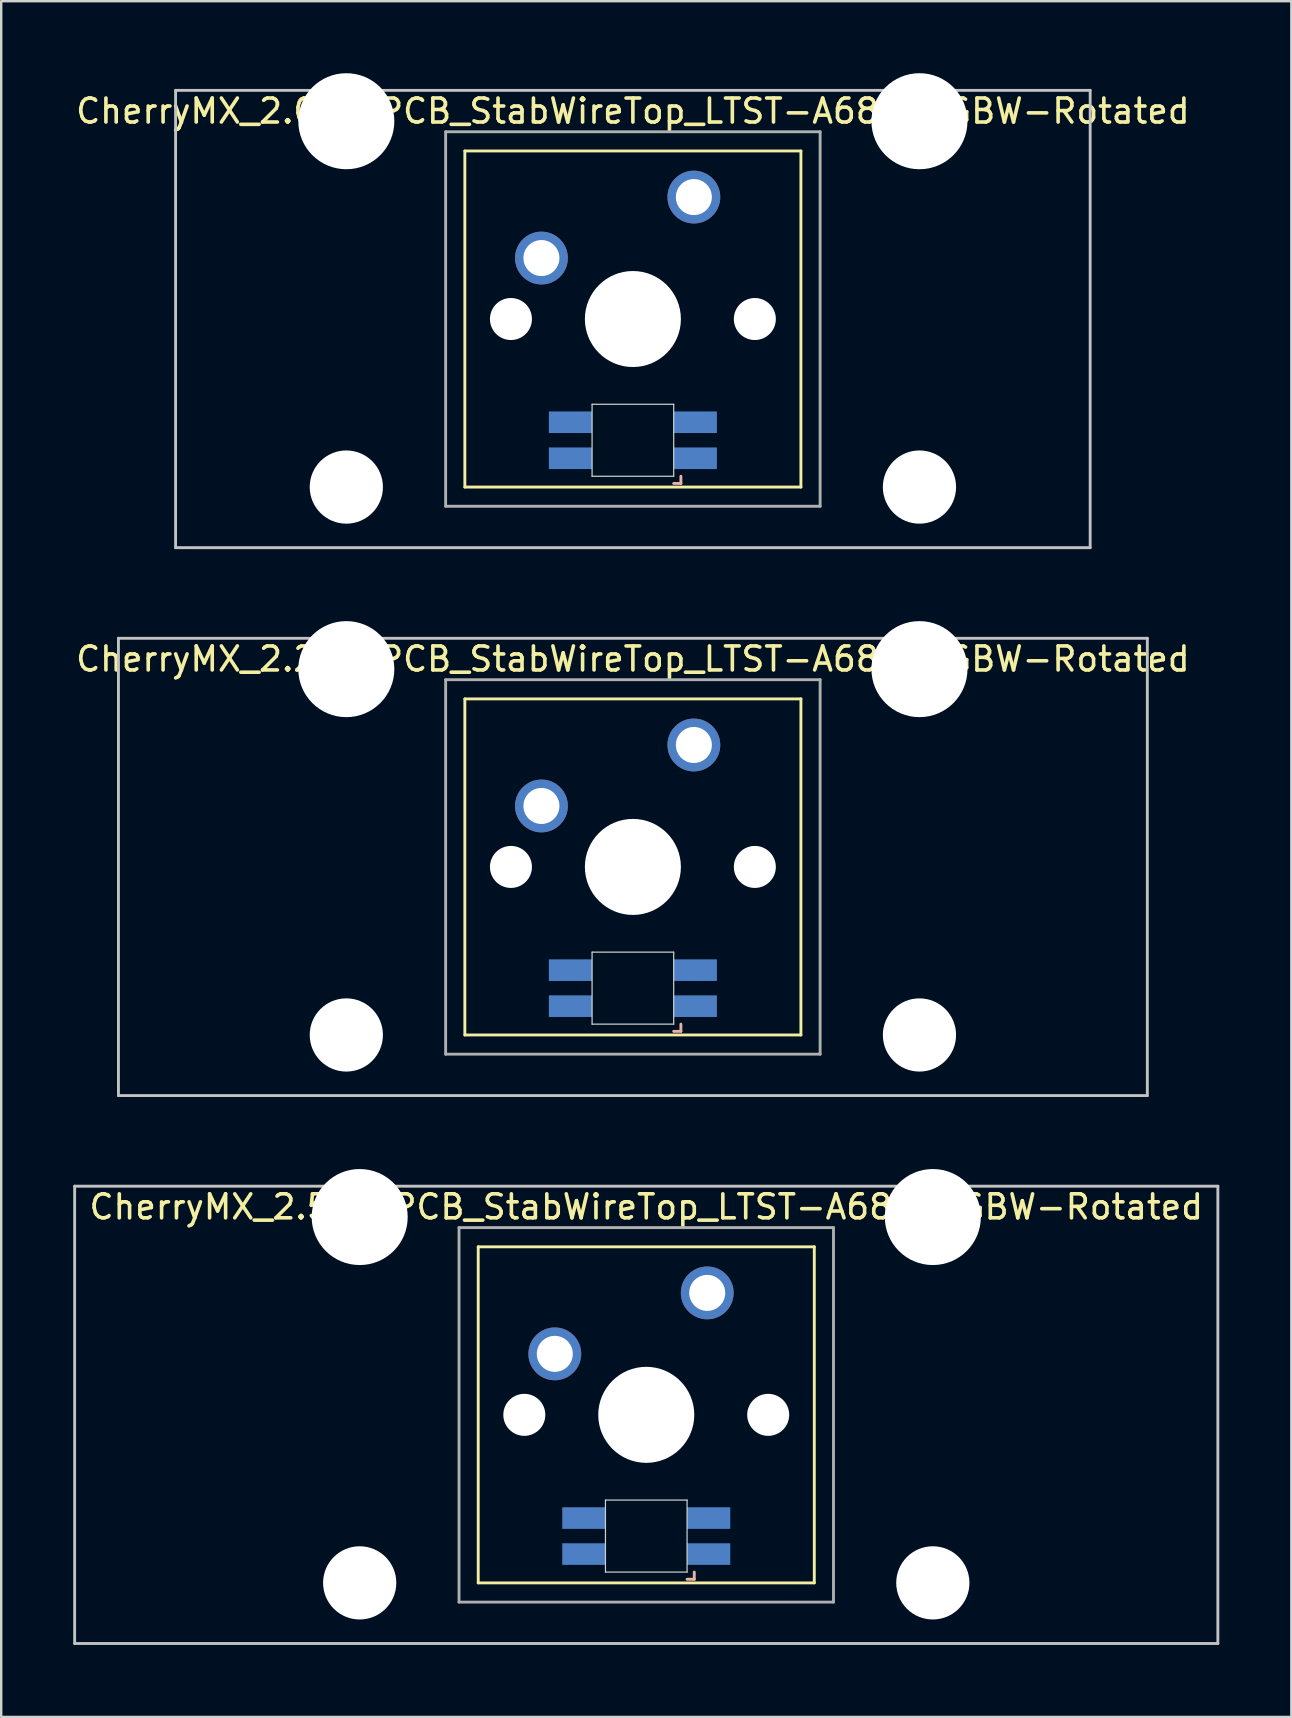
<source format=kicad_pcb>
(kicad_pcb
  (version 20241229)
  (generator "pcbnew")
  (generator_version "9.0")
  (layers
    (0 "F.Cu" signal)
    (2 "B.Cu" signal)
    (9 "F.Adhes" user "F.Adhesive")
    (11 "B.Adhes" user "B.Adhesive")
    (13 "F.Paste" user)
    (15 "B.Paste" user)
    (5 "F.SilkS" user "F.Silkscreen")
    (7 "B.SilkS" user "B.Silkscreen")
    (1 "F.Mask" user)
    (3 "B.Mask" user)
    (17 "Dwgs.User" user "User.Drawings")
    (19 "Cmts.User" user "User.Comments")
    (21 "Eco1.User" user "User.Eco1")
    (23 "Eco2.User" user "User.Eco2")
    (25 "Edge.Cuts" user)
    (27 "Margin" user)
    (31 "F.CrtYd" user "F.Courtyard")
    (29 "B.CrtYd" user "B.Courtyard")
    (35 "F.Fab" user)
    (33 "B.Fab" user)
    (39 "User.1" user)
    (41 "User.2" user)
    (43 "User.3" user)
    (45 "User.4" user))
  (footprint "CherryMX_2.00u_PCB_StabWireTop_LTST-A683CEGBW-Rotated"
    (layer "F.Cu")
    (at 23.315 10.24)
    (property "Reference" "CherryMX_2.00u_PCB_StabWireTop_LTST-A683CEGBW-Rotated" (at 0 -8.662 0) (layer "F.SilkS") (effects (font (size 1 1) (thickness 0.15))))
    (attr through_hole)
    (fp_line (start -7 -7) (end -7 7) (stroke (width 0.12) (type solid)) (layer "F.SilkS"))
    (fp_line (start -7 -7) (end 7 -7) (stroke (width 0.12) (type solid)) (layer "F.SilkS"))
    (fp_line (start 7 -7) (end 7 7) (stroke (width 0.12) (type solid)) (layer "F.SilkS"))
    (fp_line (start 7 7) (end -7 7) (stroke (width 0.12) (type solid)) (layer "F.SilkS"))
    (fp_line (start 1.7 6.85) (end 2 6.85) (stroke (width 0.12) (type solid)) (layer "B.SilkS"))
    (fp_line (start 2 6.85) (end 2 6.55) (stroke (width 0.12) (type solid)) (layer "B.SilkS"))
    (fp_line (start -19.05 -9.525) (end 19.05 -9.525) (stroke (width 0.12) (type solid)) (layer "Dwgs.User"))
    (fp_line (start -19.05 9.525) (end -19.05 -9.525) (stroke (width 0.12) (type solid)) (layer "Dwgs.User"))
    (fp_line (start 19.05 -9.525) (end 19.05 9.525) (stroke (width 0.12) (type solid)) (layer "Dwgs.User"))
    (fp_line (start 19.05 9.525) (end -19.05 9.525) (stroke (width 0.12) (type solid)) (layer "Dwgs.User"))
    (fp_line (start -1.7 3.55) (end 1.7 3.55) (stroke (width 0.05) (type solid)) (layer "Edge.Cuts"))
    (fp_line (start -1.7 6.55) (end -1.7 3.55) (stroke (width 0.05) (type solid)) (layer "Edge.Cuts"))
    (fp_line (start 1.7 3.55) (end 1.7 6.55) (stroke (width 0.05) (type solid)) (layer "Edge.Cuts"))
    (fp_line (start 1.7 6.55) (end -1.7 6.55) (stroke (width 0.05) (type solid)) (layer "Edge.Cuts"))
    (fp_line (start -7.8 -7.8) (end -7.8 7.8) (stroke (width 0.12) (type solid)) (layer "F.Fab"))
    (fp_line (start -7.8 -7.8) (end 7.8 -7.8) (stroke (width 0.12) (type solid)) (layer "F.Fab"))
    (fp_line (start -7.8 7.8) (end 7.8 7.8) (stroke (width 0.12) (type solid)) (layer "F.Fab"))
    (fp_line (start 7.8 -7.8) (end 7.8 7.8) (stroke (width 0.12) (type solid)) (layer "F.Fab"))
    (pad "" np_thru_hole circle (at -11.938 -8.24) (size 4 4) (drill 4) (layers "*.Cu" "*.Mask"))
    (pad "" np_thru_hole circle (at -11.938 7) (size 3.05 3.05) (drill 3.05) (layers "*.Cu" "*.Mask"))
    (pad "" np_thru_hole circle (at -5.08 0) (size 1.75 1.75) (drill 1.75) (layers "*.Cu" "*.Mask"))
    (pad "" np_thru_hole circle (at 0 0) (size 4 4) (drill 4) (layers "*.Cu" "*.Mask"))
    (pad "" np_thru_hole circle (at 5.08 0) (size 1.75 1.75) (drill 1.75) (layers "*.Cu" "*.Mask"))
    (pad "" np_thru_hole circle (at 11.938 -8.24) (size 4 4) (drill 4) (layers "*.Cu" "*.Mask"))
    (pad "" np_thru_hole circle (at 11.938 7) (size 3.05 3.05) (drill 3.05) (layers "*.Cu" "*.Mask"))
    (pad "1" thru_hole circle (at -3.81 -2.54) (size 2.2 2.2) (drill 1.5) (layers "*.Cu" "*.Mask"))
    (pad "2" thru_hole circle (at 2.54 -5.08) (size 2.2 2.2) (drill 1.5) (layers "*.Cu" "*.Mask"))
    (pad "3" smd rect (at 2.6 5.8) (size 1.8 0.9) (layers "B.Cu" "B.Mask" "B.Paste"))
    (pad "4" smd rect (at 2.6 4.3) (size 1.8 0.9) (layers "B.Cu" "B.Mask" "B.Paste"))
    (pad "5" smd rect (at -2.6 5.8) (size 1.8 0.9) (layers "B.Cu" "B.Mask" "B.Paste"))
    (pad "6" smd rect (at -2.6 4.3) (size 1.8 0.9) (layers "B.Cu" "B.Mask" "B.Paste")))
  (footprint "CherryMX_2.25u_PCB_StabWireTop_LTST-A683CEGBW-Rotated"
    (layer "F.Cu")
    (at 23.315 33.065)
    (property "Reference" "CherryMX_2.25u_PCB_StabWireTop_LTST-A683CEGBW-Rotated" (at 0 -8.662 0) (layer "F.SilkS") (effects (font (size 1 1) (thickness 0.15))))
    (attr through_hole)
    (fp_line (start -7 -7) (end -7 7) (stroke (width 0.12) (type solid)) (layer "F.SilkS"))
    (fp_line (start -7 -7) (end 7 -7) (stroke (width 0.12) (type solid)) (layer "F.SilkS"))
    (fp_line (start 7 -7) (end 7 7) (stroke (width 0.12) (type solid)) (layer "F.SilkS"))
    (fp_line (start 7 7) (end -7 7) (stroke (width 0.12) (type solid)) (layer "F.SilkS"))
    (fp_line (start 1.7 6.85) (end 2 6.85) (stroke (width 0.12) (type solid)) (layer "B.SilkS"))
    (fp_line (start 2 6.85) (end 2 6.55) (stroke (width 0.12) (type solid)) (layer "B.SilkS"))
    (fp_line (start -21.431 -9.525) (end 21.431 -9.525) (stroke (width 0.12) (type solid)) (layer "Dwgs.User"))
    (fp_line (start -21.431 9.525) (end -21.431 -9.525) (stroke (width 0.12) (type solid)) (layer "Dwgs.User"))
    (fp_line (start 21.431 -9.525) (end 21.431 9.525) (stroke (width 0.12) (type solid)) (layer "Dwgs.User"))
    (fp_line (start 21.431 9.525) (end -21.431 9.525) (stroke (width 0.12) (type solid)) (layer "Dwgs.User"))
    (fp_line (start -1.7 3.55) (end 1.7 3.55) (stroke (width 0.05) (type solid)) (layer "Edge.Cuts"))
    (fp_line (start -1.7 6.55) (end -1.7 3.55) (stroke (width 0.05) (type solid)) (layer "Edge.Cuts"))
    (fp_line (start 1.7 3.55) (end 1.7 6.55) (stroke (width 0.05) (type solid)) (layer "Edge.Cuts"))
    (fp_line (start 1.7 6.55) (end -1.7 6.55) (stroke (width 0.05) (type solid)) (layer "Edge.Cuts"))
    (fp_line (start -7.8 -7.8) (end -7.8 7.8) (stroke (width 0.12) (type solid)) (layer "F.Fab"))
    (fp_line (start -7.8 -7.8) (end 7.8 -7.8) (stroke (width 0.12) (type solid)) (layer "F.Fab"))
    (fp_line (start -7.8 7.8) (end 7.8 7.8) (stroke (width 0.12) (type solid)) (layer "F.Fab"))
    (fp_line (start 7.8 -7.8) (end 7.8 7.8) (stroke (width 0.12) (type solid)) (layer "F.Fab"))
    (pad "" np_thru_hole circle (at -11.938 -8.24) (size 4 4) (drill 4) (layers "*.Cu" "*.Mask"))
    (pad "" np_thru_hole circle (at -11.938 7) (size 3.05 3.05) (drill 3.05) (layers "*.Cu" "*.Mask"))
    (pad "" np_thru_hole circle (at -5.08 0) (size 1.75 1.75) (drill 1.75) (layers "*.Cu" "*.Mask"))
    (pad "" np_thru_hole circle (at 0 0) (size 4 4) (drill 4) (layers "*.Cu" "*.Mask"))
    (pad "" np_thru_hole circle (at 5.08 0) (size 1.75 1.75) (drill 1.75) (layers "*.Cu" "*.Mask"))
    (pad "" np_thru_hole circle (at 11.938 -8.24) (size 4 4) (drill 4) (layers "*.Cu" "*.Mask"))
    (pad "" np_thru_hole circle (at 11.938 7) (size 3.05 3.05) (drill 3.05) (layers "*.Cu" "*.Mask"))
    (pad "1" thru_hole circle (at -3.81 -2.54) (size 2.2 2.2) (drill 1.5) (layers "*.Cu" "*.Mask"))
    (pad "2" thru_hole circle (at 2.54 -5.08) (size 2.2 2.2) (drill 1.5) (layers "*.Cu" "*.Mask"))
    (pad "3" smd rect (at 2.6 5.8) (size 1.8 0.9) (layers "B.Cu" "B.Mask" "B.Paste"))
    (pad "4" smd rect (at 2.6 4.3) (size 1.8 0.9) (layers "B.Cu" "B.Mask" "B.Paste"))
    (pad "5" smd rect (at -2.6 5.8) (size 1.8 0.9) (layers "B.Cu" "B.Mask" "B.Paste"))
    (pad "6" smd rect (at -2.6 4.3) (size 1.8 0.9) (layers "B.Cu" "B.Mask" "B.Paste")))
  (footprint "CherryMX_2.50u_PCB_StabWireTop_LTST-A683CEGBW-Rotated"
    (layer "F.Cu")
    (at 23.872 55.89)
    (property "Reference" "CherryMX_2.50u_PCB_StabWireTop_LTST-A683CEGBW-Rotated" (at 0 -8.662 0) (layer "F.SilkS") (effects (font (size 1 1) (thickness 0.15))))
    (attr through_hole)
    (fp_line (start -7 -7) (end -7 7) (stroke (width 0.12) (type solid)) (layer "F.SilkS"))
    (fp_line (start -7 -7) (end 7 -7) (stroke (width 0.12) (type solid)) (layer "F.SilkS"))
    (fp_line (start 7 -7) (end 7 7) (stroke (width 0.12) (type solid)) (layer "F.SilkS"))
    (fp_line (start 7 7) (end -7 7) (stroke (width 0.12) (type solid)) (layer "F.SilkS"))
    (fp_line (start 1.7 6.85) (end 2 6.85) (stroke (width 0.12) (type solid)) (layer "B.SilkS"))
    (fp_line (start 2 6.85) (end 2 6.55) (stroke (width 0.12) (type solid)) (layer "B.SilkS"))
    (fp_line (start -23.812 -9.525) (end 23.812 -9.525) (stroke (width 0.12) (type solid)) (layer "Dwgs.User"))
    (fp_line (start -23.812 9.525) (end -23.812 -9.525) (stroke (width 0.12) (type solid)) (layer "Dwgs.User"))
    (fp_line (start 23.812 -9.525) (end 23.812 9.525) (stroke (width 0.12) (type solid)) (layer "Dwgs.User"))
    (fp_line (start 23.812 9.525) (end -23.812 9.525) (stroke (width 0.12) (type solid)) (layer "Dwgs.User"))
    (fp_line (start -1.7 3.55) (end 1.7 3.55) (stroke (width 0.05) (type solid)) (layer "Edge.Cuts"))
    (fp_line (start -1.7 6.55) (end -1.7 3.55) (stroke (width 0.05) (type solid)) (layer "Edge.Cuts"))
    (fp_line (start 1.7 3.55) (end 1.7 6.55) (stroke (width 0.05) (type solid)) (layer "Edge.Cuts"))
    (fp_line (start 1.7 6.55) (end -1.7 6.55) (stroke (width 0.05) (type solid)) (layer "Edge.Cuts"))
    (fp_line (start -7.8 -7.8) (end -7.8 7.8) (stroke (width 0.12) (type solid)) (layer "F.Fab"))
    (fp_line (start -7.8 -7.8) (end 7.8 -7.8) (stroke (width 0.12) (type solid)) (layer "F.Fab"))
    (fp_line (start -7.8 7.8) (end 7.8 7.8) (stroke (width 0.12) (type solid)) (layer "F.Fab"))
    (fp_line (start 7.8 -7.8) (end 7.8 7.8) (stroke (width 0.12) (type solid)) (layer "F.Fab"))
    (pad "" np_thru_hole circle (at -11.938 -8.24) (size 4 4) (drill 4) (layers "*.Cu" "*.Mask"))
    (pad "" np_thru_hole circle (at -11.938 7) (size 3.05 3.05) (drill 3.05) (layers "*.Cu" "*.Mask"))
    (pad "" np_thru_hole circle (at -5.08 0) (size 1.75 1.75) (drill 1.75) (layers "*.Cu" "*.Mask"))
    (pad "" np_thru_hole circle (at 0 0) (size 4 4) (drill 4) (layers "*.Cu" "*.Mask"))
    (pad "" np_thru_hole circle (at 5.08 0) (size 1.75 1.75) (drill 1.75) (layers "*.Cu" "*.Mask"))
    (pad "" np_thru_hole circle (at 11.938 -8.24) (size 4 4) (drill 4) (layers "*.Cu" "*.Mask"))
    (pad "" np_thru_hole circle (at 11.938 7) (size 3.05 3.05) (drill 3.05) (layers "*.Cu" "*.Mask"))
    (pad "1" thru_hole circle (at -3.81 -2.54) (size 2.2 2.2) (drill 1.5) (layers "*.Cu" "*.Mask"))
    (pad "2" thru_hole circle (at 2.54 -5.08) (size 2.2 2.2) (drill 1.5) (layers "*.Cu" "*.Mask"))
    (pad "3" smd rect (at 2.6 5.8) (size 1.8 0.9) (layers "B.Cu" "B.Mask" "B.Paste"))
    (pad "4" smd rect (at 2.6 4.3) (size 1.8 0.9) (layers "B.Cu" "B.Mask" "B.Paste"))
    (pad "5" smd rect (at -2.6 5.8) (size 1.8 0.9) (layers "B.Cu" "B.Mask" "B.Paste"))
    (pad "6" smd rect (at -2.6 4.3) (size 1.8 0.9) (layers "B.Cu" "B.Mask" "B.Paste")))
  (gr_rect
    (start -3 -3)
    (end 50.745 68.475)
    (stroke (width 0.1) (type default))
    (fill no)
    (layer "Edge.Cuts")))
</source>
